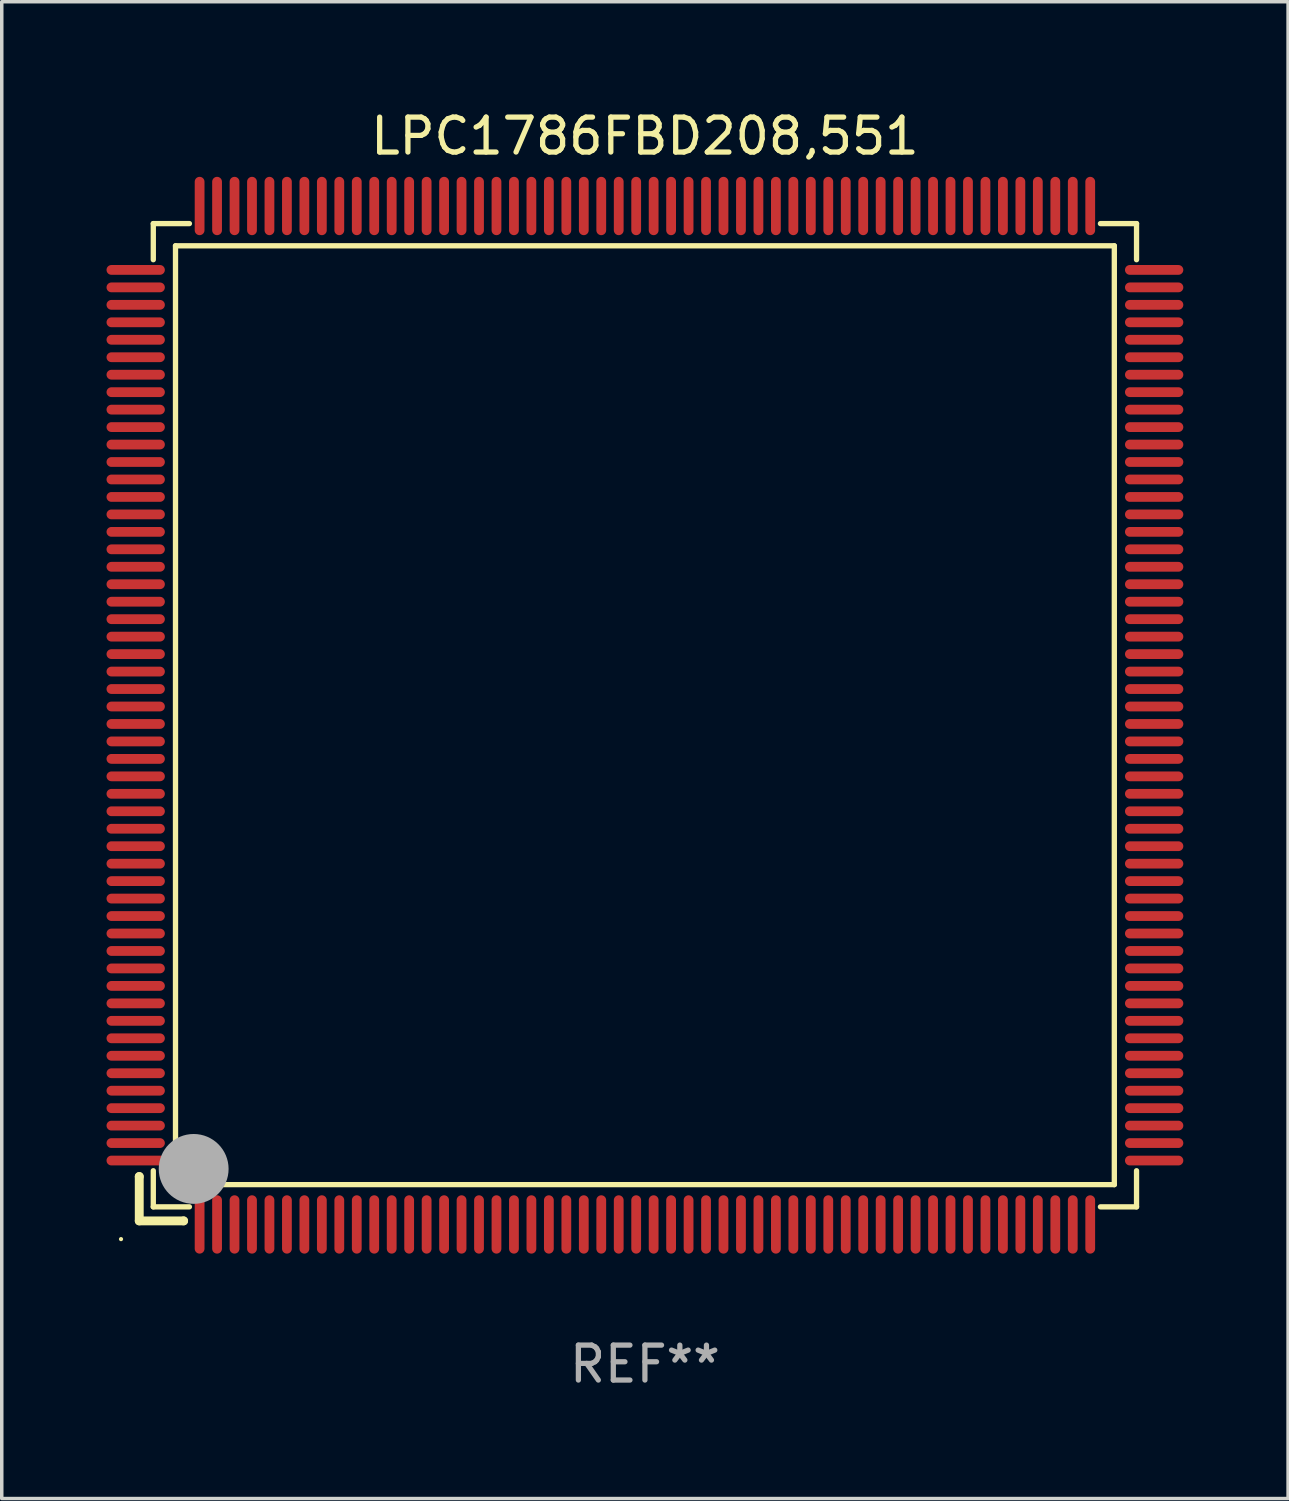
<source format=kicad_pcb>
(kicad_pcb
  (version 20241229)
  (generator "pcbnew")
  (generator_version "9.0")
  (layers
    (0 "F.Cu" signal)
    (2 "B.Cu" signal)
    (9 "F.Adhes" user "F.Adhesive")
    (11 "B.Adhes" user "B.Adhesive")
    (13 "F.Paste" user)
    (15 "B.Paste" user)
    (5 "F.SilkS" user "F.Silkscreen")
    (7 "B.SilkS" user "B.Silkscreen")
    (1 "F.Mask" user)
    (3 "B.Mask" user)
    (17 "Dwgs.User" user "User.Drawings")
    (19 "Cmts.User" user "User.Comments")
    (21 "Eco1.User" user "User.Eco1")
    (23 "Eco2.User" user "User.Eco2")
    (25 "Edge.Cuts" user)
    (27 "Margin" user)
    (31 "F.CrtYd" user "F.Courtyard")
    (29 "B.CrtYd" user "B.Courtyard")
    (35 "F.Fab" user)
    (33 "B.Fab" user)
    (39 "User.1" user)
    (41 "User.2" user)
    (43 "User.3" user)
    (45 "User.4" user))
  (footprint "LPC1786FBD208,551"
    (layer "F.Cu")
    (at 15.415 17.428)
    (property "Reference" "LPC1786FBD208,551" (at 0 -16.58 0) (layer "F.SilkS") (effects (font (size 1 1) (thickness 0.15))))
    (attr through_hole)
    (fp_line (start -14.478 13.208) (end -14.478 13.208) (stroke (width 0.254) (type solid)) (layer "F.SilkS"))
    (fp_line (start -14.478 13.208) (end -14.478 14.478) (stroke (width 0.254) (type solid)) (layer "F.SilkS"))
    (fp_line (start -14.478 14.478) (end -13.208 14.478) (stroke (width 0.254) (type solid)) (layer "F.SilkS"))
    (fp_line (start -14.076 -14.076) (end -14.076 -13.042) (stroke (width 0.152) (type solid)) (layer "F.SilkS"))
    (fp_line (start -14.076 14.076) (end -14.076 13.042) (stroke (width 0.152) (type solid)) (layer "F.SilkS"))
    (fp_line (start -13.44 -13.44) (end 13.44 -13.44) (stroke (width 0.152) (type solid)) (layer "F.SilkS"))
    (fp_line (start -13.44 13.44) (end -13.44 -13.44) (stroke (width 0.152) (type solid)) (layer "F.SilkS"))
    (fp_line (start -13.208 14.478) (end -13.208 14.478) (stroke (width 0.254) (type solid)) (layer "F.SilkS"))
    (fp_line (start -13.042 -14.076) (end -14.076 -14.076) (stroke (width 0.152) (type solid)) (layer "F.SilkS"))
    (fp_line (start -13.042 14.076) (end -14.076 14.076) (stroke (width 0.152) (type solid)) (layer "F.SilkS"))
    (fp_line (start 13.042 -14.076) (end 14.076 -14.076) (stroke (width 0.152) (type solid)) (layer "F.SilkS"))
    (fp_line (start 13.042 14.076) (end 14.076 14.076) (stroke (width 0.152) (type solid)) (layer "F.SilkS"))
    (fp_line (start 13.44 -13.44) (end 13.44 13.44) (stroke (width 0.152) (type solid)) (layer "F.SilkS"))
    (fp_line (start 13.44 13.44) (end -13.44 13.44) (stroke (width 0.152) (type solid)) (layer "F.SilkS"))
    (fp_line (start 14.076 -14.076) (end 14.076 -13.042) (stroke (width 0.152) (type solid)) (layer "F.SilkS"))
    (fp_line (start 14.076 14.076) (end 14.076 13.042) (stroke (width 0.152) (type solid)) (layer "F.SilkS"))
    (fp_circle (center -15 15) (end -14.97 15) (stroke (width 0.06) (type solid)) (fill no) (layer "F.SilkS"))
    (fp_circle (center -13.138 13.138) (end -13.063 13.138) (stroke (width 0.15) (type solid)) (fill no) (layer "F.SilkS"))
    (fp_circle (center -12.92 12.99) (end -12.42 12.99) (stroke (width 1) (type solid)) (fill no) (layer "F.Fab"))
    (fp_text user "REF**" (at 0 18.58 0) (layer "F.Fab") (effects (font (size 1 1) (thickness 0.15))))
    (pad "1" smd oval (at -12.75 14.58) (size 0.28 1.67) (layers "F.Cu" "F.Mask" "F.Paste"))
    (pad "2" smd oval (at -12.25 14.58) (size 0.28 1.67) (layers "F.Cu" "F.Mask" "F.Paste"))
    (pad "3" smd oval (at -11.75 14.58) (size 0.28 1.67) (layers "F.Cu" "F.Mask" "F.Paste"))
    (pad "4" smd oval (at -11.25 14.58) (size 0.28 1.67) (layers "F.Cu" "F.Mask" "F.Paste"))
    (pad "5" smd oval (at -10.75 14.58) (size 0.28 1.67) (layers "F.Cu" "F.Mask" "F.Paste"))
    (pad "6" smd oval (at -10.25 14.58) (size 0.28 1.67) (layers "F.Cu" "F.Mask" "F.Paste"))
    (pad "7" smd oval (at -9.75 14.58) (size 0.28 1.67) (layers "F.Cu" "F.Mask" "F.Paste"))
    (pad "8" smd oval (at -9.25 14.58) (size 0.28 1.67) (layers "F.Cu" "F.Mask" "F.Paste"))
    (pad "9" smd oval (at -8.75 14.58) (size 0.28 1.67) (layers "F.Cu" "F.Mask" "F.Paste"))
    (pad "10" smd oval (at -8.25 14.58) (size 0.28 1.67) (layers "F.Cu" "F.Mask" "F.Paste"))
    (pad "11" smd oval (at -7.75 14.58) (size 0.28 1.67) (layers "F.Cu" "F.Mask" "F.Paste"))
    (pad "12" smd oval (at -7.25 14.58) (size 0.28 1.67) (layers "F.Cu" "F.Mask" "F.Paste"))
    (pad "13" smd oval (at -6.75 14.58) (size 0.28 1.67) (layers "F.Cu" "F.Mask" "F.Paste"))
    (pad "14" smd oval (at -6.25 14.58) (size 0.28 1.67) (layers "F.Cu" "F.Mask" "F.Paste"))
    (pad "15" smd oval (at -5.75 14.58) (size 0.28 1.67) (layers "F.Cu" "F.Mask" "F.Paste"))
    (pad "16" smd oval (at -5.25 14.58) (size 0.28 1.67) (layers "F.Cu" "F.Mask" "F.Paste"))
    (pad "17" smd oval (at -4.75 14.58) (size 0.28 1.67) (layers "F.Cu" "F.Mask" "F.Paste"))
    (pad "18" smd oval (at -4.25 14.58) (size 0.28 1.67) (layers "F.Cu" "F.Mask" "F.Paste"))
    (pad "19" smd oval (at -3.75 14.58) (size 0.28 1.67) (layers "F.Cu" "F.Mask" "F.Paste"))
    (pad "20" smd oval (at -3.25 14.58) (size 0.28 1.67) (layers "F.Cu" "F.Mask" "F.Paste"))
    (pad "21" smd oval (at -2.75 14.58) (size 0.28 1.67) (layers "F.Cu" "F.Mask" "F.Paste"))
    (pad "22" smd oval (at -2.25 14.58) (size 0.28 1.67) (layers "F.Cu" "F.Mask" "F.Paste"))
    (pad "23" smd oval (at -1.75 14.58) (size 0.28 1.67) (layers "F.Cu" "F.Mask" "F.Paste"))
    (pad "24" smd oval (at -1.25 14.58) (size 0.28 1.67) (layers "F.Cu" "F.Mask" "F.Paste"))
    (pad "25" smd oval (at -0.75 14.58) (size 0.28 1.67) (layers "F.Cu" "F.Mask" "F.Paste"))
    (pad "26" smd oval (at -0.25 14.58) (size 0.28 1.67) (layers "F.Cu" "F.Mask" "F.Paste"))
    (pad "27" smd oval (at 0.25 14.58) (size 0.28 1.67) (layers "F.Cu" "F.Mask" "F.Paste"))
    (pad "28" smd oval (at 0.75 14.58) (size 0.28 1.67) (layers "F.Cu" "F.Mask" "F.Paste"))
    (pad "29" smd oval (at 1.25 14.58) (size 0.28 1.67) (layers "F.Cu" "F.Mask" "F.Paste"))
    (pad "30" smd oval (at 1.75 14.58) (size 0.28 1.67) (layers "F.Cu" "F.Mask" "F.Paste"))
    (pad "31" smd oval (at 2.25 14.58) (size 0.28 1.67) (layers "F.Cu" "F.Mask" "F.Paste"))
    (pad "32" smd oval (at 2.75 14.58) (size 0.28 1.67) (layers "F.Cu" "F.Mask" "F.Paste"))
    (pad "33" smd oval (at 3.25 14.58) (size 0.28 1.67) (layers "F.Cu" "F.Mask" "F.Paste"))
    (pad "34" smd oval (at 3.75 14.58) (size 0.28 1.67) (layers "F.Cu" "F.Mask" "F.Paste"))
    (pad "35" smd oval (at 4.25 14.58) (size 0.28 1.67) (layers "F.Cu" "F.Mask" "F.Paste"))
    (pad "36" smd oval (at 4.75 14.58) (size 0.28 1.67) (layers "F.Cu" "F.Mask" "F.Paste"))
    (pad "37" smd oval (at 5.25 14.58) (size 0.28 1.67) (layers "F.Cu" "F.Mask" "F.Paste"))
    (pad "38" smd oval (at 5.75 14.58) (size 0.28 1.67) (layers "F.Cu" "F.Mask" "F.Paste"))
    (pad "39" smd oval (at 6.25 14.58) (size 0.28 1.67) (layers "F.Cu" "F.Mask" "F.Paste"))
    (pad "40" smd oval (at 6.75 14.58) (size 0.28 1.67) (layers "F.Cu" "F.Mask" "F.Paste"))
    (pad "41" smd oval (at 7.25 14.58) (size 0.28 1.67) (layers "F.Cu" "F.Mask" "F.Paste"))
    (pad "42" smd oval (at 7.75 14.58) (size 0.28 1.67) (layers "F.Cu" "F.Mask" "F.Paste"))
    (pad "43" smd oval (at 8.25 14.58) (size 0.28 1.67) (layers "F.Cu" "F.Mask" "F.Paste"))
    (pad "44" smd oval (at 8.75 14.58) (size 0.28 1.67) (layers "F.Cu" "F.Mask" "F.Paste"))
    (pad "45" smd oval (at 9.25 14.58) (size 0.28 1.67) (layers "F.Cu" "F.Mask" "F.Paste"))
    (pad "46" smd oval (at 9.75 14.58) (size 0.28 1.67) (layers "F.Cu" "F.Mask" "F.Paste"))
    (pad "47" smd oval (at 10.25 14.58) (size 0.28 1.67) (layers "F.Cu" "F.Mask" "F.Paste"))
    (pad "48" smd oval (at 10.75 14.58) (size 0.28 1.67) (layers "F.Cu" "F.Mask" "F.Paste"))
    (pad "49" smd oval (at 11.25 14.58) (size 0.28 1.67) (layers "F.Cu" "F.Mask" "F.Paste"))
    (pad "50" smd oval (at 11.75 14.58) (size 0.28 1.67) (layers "F.Cu" "F.Mask" "F.Paste"))
    (pad "51" smd oval (at 12.25 14.58) (size 0.28 1.67) (layers "F.Cu" "F.Mask" "F.Paste"))
    (pad "52" smd oval (at 12.75 14.58) (size 0.28 1.67) (layers "F.Cu" "F.Mask" "F.Paste"))
    (pad "53" smd oval (at 14.58 12.75) (size 1.67 0.28) (layers "F.Cu" "F.Mask" "F.Paste"))
    (pad "54" smd oval (at 14.58 12.25) (size 1.67 0.28) (layers "F.Cu" "F.Mask" "F.Paste"))
    (pad "55" smd oval (at 14.58 11.75) (size 1.67 0.28) (layers "F.Cu" "F.Mask" "F.Paste"))
    (pad "56" smd oval (at 14.58 11.25) (size 1.67 0.28) (layers "F.Cu" "F.Mask" "F.Paste"))
    (pad "57" smd oval (at 14.58 10.75) (size 1.67 0.28) (layers "F.Cu" "F.Mask" "F.Paste"))
    (pad "58" smd oval (at 14.58 10.25) (size 1.67 0.28) (layers "F.Cu" "F.Mask" "F.Paste"))
    (pad "59" smd oval (at 14.58 9.75) (size 1.67 0.28) (layers "F.Cu" "F.Mask" "F.Paste"))
    (pad "60" smd oval (at 14.58 9.25) (size 1.67 0.28) (layers "F.Cu" "F.Mask" "F.Paste"))
    (pad "61" smd oval (at 14.58 8.75) (size 1.67 0.28) (layers "F.Cu" "F.Mask" "F.Paste"))
    (pad "62" smd oval (at 14.58 8.25) (size 1.67 0.28) (layers "F.Cu" "F.Mask" "F.Paste"))
    (pad "63" smd oval (at 14.58 7.75) (size 1.67 0.28) (layers "F.Cu" "F.Mask" "F.Paste"))
    (pad "64" smd oval (at 14.58 7.25) (size 1.67 0.28) (layers "F.Cu" "F.Mask" "F.Paste"))
    (pad "65" smd oval (at 14.58 6.75) (size 1.67 0.28) (layers "F.Cu" "F.Mask" "F.Paste"))
    (pad "66" smd oval (at 14.58 6.25) (size 1.67 0.28) (layers "F.Cu" "F.Mask" "F.Paste"))
    (pad "67" smd oval (at 14.58 5.75) (size 1.67 0.28) (layers "F.Cu" "F.Mask" "F.Paste"))
    (pad "68" smd oval (at 14.58 5.25) (size 1.67 0.28) (layers "F.Cu" "F.Mask" "F.Paste"))
    (pad "69" smd oval (at 14.58 4.75) (size 1.67 0.28) (layers "F.Cu" "F.Mask" "F.Paste"))
    (pad "70" smd oval (at 14.58 4.25) (size 1.67 0.28) (layers "F.Cu" "F.Mask" "F.Paste"))
    (pad "71" smd oval (at 14.58 3.75) (size 1.67 0.28) (layers "F.Cu" "F.Mask" "F.Paste"))
    (pad "72" smd oval (at 14.58 3.25) (size 1.67 0.28) (layers "F.Cu" "F.Mask" "F.Paste"))
    (pad "73" smd oval (at 14.58 2.75) (size 1.67 0.28) (layers "F.Cu" "F.Mask" "F.Paste"))
    (pad "74" smd oval (at 14.58 2.25) (size 1.67 0.28) (layers "F.Cu" "F.Mask" "F.Paste"))
    (pad "75" smd oval (at 14.58 1.75) (size 1.67 0.28) (layers "F.Cu" "F.Mask" "F.Paste"))
    (pad "76" smd oval (at 14.58 1.25) (size 1.67 0.28) (layers "F.Cu" "F.Mask" "F.Paste"))
    (pad "77" smd oval (at 14.58 0.75) (size 1.67 0.28) (layers "F.Cu" "F.Mask" "F.Paste"))
    (pad "78" smd oval (at 14.58 0.25) (size 1.67 0.28) (layers "F.Cu" "F.Mask" "F.Paste"))
    (pad "79" smd oval (at 14.58 -0.25) (size 1.67 0.28) (layers "F.Cu" "F.Mask" "F.Paste"))
    (pad "80" smd oval (at 14.58 -0.75) (size 1.67 0.28) (layers "F.Cu" "F.Mask" "F.Paste"))
    (pad "81" smd oval (at 14.58 -1.25) (size 1.67 0.28) (layers "F.Cu" "F.Mask" "F.Paste"))
    (pad "82" smd oval (at 14.58 -1.75) (size 1.67 0.28) (layers "F.Cu" "F.Mask" "F.Paste"))
    (pad "83" smd oval (at 14.58 -2.25) (size 1.67 0.28) (layers "F.Cu" "F.Mask" "F.Paste"))
    (pad "84" smd oval (at 14.58 -2.75) (size 1.67 0.28) (layers "F.Cu" "F.Mask" "F.Paste"))
    (pad "85" smd oval (at 14.58 -3.25) (size 1.67 0.28) (layers "F.Cu" "F.Mask" "F.Paste"))
    (pad "86" smd oval (at 14.58 -3.75) (size 1.67 0.28) (layers "F.Cu" "F.Mask" "F.Paste"))
    (pad "87" smd oval (at 14.58 -4.25) (size 1.67 0.28) (layers "F.Cu" "F.Mask" "F.Paste"))
    (pad "88" smd oval (at 14.58 -4.75) (size 1.67 0.28) (layers "F.Cu" "F.Mask" "F.Paste"))
    (pad "89" smd oval (at 14.58 -5.25) (size 1.67 0.28) (layers "F.Cu" "F.Mask" "F.Paste"))
    (pad "90" smd oval (at 14.58 -5.75) (size 1.67 0.28) (layers "F.Cu" "F.Mask" "F.Paste"))
    (pad "91" smd oval (at 14.58 -6.25) (size 1.67 0.28) (layers "F.Cu" "F.Mask" "F.Paste"))
    (pad "92" smd oval (at 14.58 -6.75) (size 1.67 0.28) (layers "F.Cu" "F.Mask" "F.Paste"))
    (pad "93" smd oval (at 14.58 -7.25) (size 1.67 0.28) (layers "F.Cu" "F.Mask" "F.Paste"))
    (pad "94" smd oval (at 14.58 -7.75) (size 1.67 0.28) (layers "F.Cu" "F.Mask" "F.Paste"))
    (pad "95" smd oval (at 14.58 -8.25) (size 1.67 0.28) (layers "F.Cu" "F.Mask" "F.Paste"))
    (pad "96" smd oval (at 14.58 -8.75) (size 1.67 0.28) (layers "F.Cu" "F.Mask" "F.Paste"))
    (pad "97" smd oval (at 14.58 -9.25) (size 1.67 0.28) (layers "F.Cu" "F.Mask" "F.Paste"))
    (pad "98" smd oval (at 14.58 -9.75) (size 1.67 0.28) (layers "F.Cu" "F.Mask" "F.Paste"))
    (pad "99" smd oval (at 14.58 -10.25) (size 1.67 0.28) (layers "F.Cu" "F.Mask" "F.Paste"))
    (pad "100" smd oval (at 14.58 -10.75) (size 1.67 0.28) (layers "F.Cu" "F.Mask" "F.Paste"))
    (pad "101" smd oval (at 14.58 -11.25) (size 1.67 0.28) (layers "F.Cu" "F.Mask" "F.Paste"))
    (pad "102" smd oval (at 14.58 -11.75) (size 1.67 0.28) (layers "F.Cu" "F.Mask" "F.Paste"))
    (pad "103" smd oval (at 14.58 -12.25) (size 1.67 0.28) (layers "F.Cu" "F.Mask" "F.Paste"))
    (pad "104" smd oval (at 14.58 -12.75) (size 1.67 0.28) (layers "F.Cu" "F.Mask" "F.Paste"))
    (pad "105" smd oval (at 12.75 -14.58) (size 0.28 1.67) (layers "F.Cu" "F.Mask" "F.Paste"))
    (pad "106" smd oval (at 12.25 -14.58) (size 0.28 1.67) (layers "F.Cu" "F.Mask" "F.Paste"))
    (pad "107" smd oval (at 11.75 -14.58) (size 0.28 1.67) (layers "F.Cu" "F.Mask" "F.Paste"))
    (pad "108" smd oval (at 11.25 -14.58) (size 0.28 1.67) (layers "F.Cu" "F.Mask" "F.Paste"))
    (pad "109" smd oval (at 10.75 -14.58) (size 0.28 1.67) (layers "F.Cu" "F.Mask" "F.Paste"))
    (pad "110" smd oval (at 10.25 -14.58) (size 0.28 1.67) (layers "F.Cu" "F.Mask" "F.Paste"))
    (pad "111" smd oval (at 9.75 -14.58) (size 0.28 1.67) (layers "F.Cu" "F.Mask" "F.Paste"))
    (pad "112" smd oval (at 9.25 -14.58) (size 0.28 1.67) (layers "F.Cu" "F.Mask" "F.Paste"))
    (pad "113" smd oval (at 8.75 -14.58) (size 0.28 1.67) (layers "F.Cu" "F.Mask" "F.Paste"))
    (pad "114" smd oval (at 8.25 -14.58) (size 0.28 1.67) (layers "F.Cu" "F.Mask" "F.Paste"))
    (pad "115" smd oval (at 7.75 -14.58) (size 0.28 1.67) (layers "F.Cu" "F.Mask" "F.Paste"))
    (pad "116" smd oval (at 7.25 -14.58) (size 0.28 1.67) (layers "F.Cu" "F.Mask" "F.Paste"))
    (pad "117" smd oval (at 6.75 -14.58) (size 0.28 1.67) (layers "F.Cu" "F.Mask" "F.Paste"))
    (pad "118" smd oval (at 6.25 -14.58) (size 0.28 1.67) (layers "F.Cu" "F.Mask" "F.Paste"))
    (pad "119" smd oval (at 5.75 -14.58) (size 0.28 1.67) (layers "F.Cu" "F.Mask" "F.Paste"))
    (pad "120" smd oval (at 5.25 -14.58) (size 0.28 1.67) (layers "F.Cu" "F.Mask" "F.Paste"))
    (pad "121" smd oval (at 4.75 -14.58) (size 0.28 1.67) (layers "F.Cu" "F.Mask" "F.Paste"))
    (pad "122" smd oval (at 4.25 -14.58) (size 0.28 1.67) (layers "F.Cu" "F.Mask" "F.Paste"))
    (pad "123" smd oval (at 3.75 -14.58) (size 0.28 1.67) (layers "F.Cu" "F.Mask" "F.Paste"))
    (pad "124" smd oval (at 3.25 -14.58) (size 0.28 1.67) (layers "F.Cu" "F.Mask" "F.Paste"))
    (pad "125" smd oval (at 2.75 -14.58) (size 0.28 1.67) (layers "F.Cu" "F.Mask" "F.Paste"))
    (pad "126" smd oval (at 2.25 -14.58) (size 0.28 1.67) (layers "F.Cu" "F.Mask" "F.Paste"))
    (pad "127" smd oval (at 1.75 -14.58) (size 0.28 1.67) (layers "F.Cu" "F.Mask" "F.Paste"))
    (pad "128" smd oval (at 1.25 -14.58) (size 0.28 1.67) (layers "F.Cu" "F.Mask" "F.Paste"))
    (pad "129" smd oval (at 0.75 -14.58) (size 0.28 1.67) (layers "F.Cu" "F.Mask" "F.Paste"))
    (pad "130" smd oval (at 0.25 -14.58) (size 0.28 1.67) (layers "F.Cu" "F.Mask" "F.Paste"))
    (pad "131" smd oval (at -0.25 -14.58) (size 0.28 1.67) (layers "F.Cu" "F.Mask" "F.Paste"))
    (pad "132" smd oval (at -0.75 -14.58) (size 0.28 1.67) (layers "F.Cu" "F.Mask" "F.Paste"))
    (pad "133" smd oval (at -1.25 -14.58) (size 0.28 1.67) (layers "F.Cu" "F.Mask" "F.Paste"))
    (pad "134" smd oval (at -1.75 -14.58) (size 0.28 1.67) (layers "F.Cu" "F.Mask" "F.Paste"))
    (pad "135" smd oval (at -2.25 -14.58) (size 0.28 1.67) (layers "F.Cu" "F.Mask" "F.Paste"))
    (pad "136" smd oval (at -2.75 -14.58) (size 0.28 1.67) (layers "F.Cu" "F.Mask" "F.Paste"))
    (pad "137" smd oval (at -3.25 -14.58) (size 0.28 1.67) (layers "F.Cu" "F.Mask" "F.Paste"))
    (pad "138" smd oval (at -3.75 -14.58) (size 0.28 1.67) (layers "F.Cu" "F.Mask" "F.Paste"))
    (pad "139" smd oval (at -4.25 -14.58) (size 0.28 1.67) (layers "F.Cu" "F.Mask" "F.Paste"))
    (pad "140" smd oval (at -4.75 -14.58) (size 0.28 1.67) (layers "F.Cu" "F.Mask" "F.Paste"))
    (pad "141" smd oval (at -5.25 -14.58) (size 0.28 1.67) (layers "F.Cu" "F.Mask" "F.Paste"))
    (pad "142" smd oval (at -5.75 -14.58) (size 0.28 1.67) (layers "F.Cu" "F.Mask" "F.Paste"))
    (pad "143" smd oval (at -6.25 -14.58) (size 0.28 1.67) (layers "F.Cu" "F.Mask" "F.Paste"))
    (pad "144" smd oval (at -6.75 -14.58) (size 0.28 1.67) (layers "F.Cu" "F.Mask" "F.Paste"))
    (pad "145" smd oval (at -7.25 -14.58) (size 0.28 1.67) (layers "F.Cu" "F.Mask" "F.Paste"))
    (pad "146" smd oval (at -7.75 -14.58) (size 0.28 1.67) (layers "F.Cu" "F.Mask" "F.Paste"))
    (pad "147" smd oval (at -8.25 -14.58) (size 0.28 1.67) (layers "F.Cu" "F.Mask" "F.Paste"))
    (pad "148" smd oval (at -8.75 -14.58) (size 0.28 1.67) (layers "F.Cu" "F.Mask" "F.Paste"))
    (pad "149" smd oval (at -9.25 -14.58) (size 0.28 1.67) (layers "F.Cu" "F.Mask" "F.Paste"))
    (pad "150" smd oval (at -9.75 -14.58) (size 0.28 1.67) (layers "F.Cu" "F.Mask" "F.Paste"))
    (pad "151" smd oval (at -10.25 -14.58) (size 0.28 1.67) (layers "F.Cu" "F.Mask" "F.Paste"))
    (pad "152" smd oval (at -10.75 -14.58) (size 0.28 1.67) (layers "F.Cu" "F.Mask" "F.Paste"))
    (pad "153" smd oval (at -11.25 -14.58) (size 0.28 1.67) (layers "F.Cu" "F.Mask" "F.Paste"))
    (pad "154" smd oval (at -11.75 -14.58) (size 0.28 1.67) (layers "F.Cu" "F.Mask" "F.Paste"))
    (pad "155" smd oval (at -12.25 -14.58) (size 0.28 1.67) (layers "F.Cu" "F.Mask" "F.Paste"))
    (pad "156" smd oval (at -12.75 -14.58) (size 0.28 1.67) (layers "F.Cu" "F.Mask" "F.Paste"))
    (pad "157" smd oval (at -14.58 -12.75) (size 1.67 0.28) (layers "F.Cu" "F.Mask" "F.Paste"))
    (pad "158" smd oval (at -14.58 -12.25) (size 1.67 0.28) (layers "F.Cu" "F.Mask" "F.Paste"))
    (pad "159" smd oval (at -14.58 -11.75) (size 1.67 0.28) (layers "F.Cu" "F.Mask" "F.Paste"))
    (pad "160" smd oval (at -14.58 -11.25) (size 1.67 0.28) (layers "F.Cu" "F.Mask" "F.Paste"))
    (pad "161" smd oval (at -14.58 -10.75) (size 1.67 0.28) (layers "F.Cu" "F.Mask" "F.Paste"))
    (pad "162" smd oval (at -14.58 -10.25) (size 1.67 0.28) (layers "F.Cu" "F.Mask" "F.Paste"))
    (pad "163" smd oval (at -14.58 -9.75) (size 1.67 0.28) (layers "F.Cu" "F.Mask" "F.Paste"))
    (pad "164" smd oval (at -14.58 -9.25) (size 1.67 0.28) (layers "F.Cu" "F.Mask" "F.Paste"))
    (pad "165" smd oval (at -14.58 -8.75) (size 1.67 0.28) (layers "F.Cu" "F.Mask" "F.Paste"))
    (pad "166" smd oval (at -14.58 -8.25) (size 1.67 0.28) (layers "F.Cu" "F.Mask" "F.Paste"))
    (pad "167" smd oval (at -14.58 -7.75) (size 1.67 0.28) (layers "F.Cu" "F.Mask" "F.Paste"))
    (pad "168" smd oval (at -14.58 -7.25) (size 1.67 0.28) (layers "F.Cu" "F.Mask" "F.Paste"))
    (pad "169" smd oval (at -14.58 -6.75) (size 1.67 0.28) (layers "F.Cu" "F.Mask" "F.Paste"))
    (pad "170" smd oval (at -14.58 -6.25) (size 1.67 0.28) (layers "F.Cu" "F.Mask" "F.Paste"))
    (pad "171" smd oval (at -14.58 -5.75) (size 1.67 0.28) (layers "F.Cu" "F.Mask" "F.Paste"))
    (pad "172" smd oval (at -14.58 -5.25) (size 1.67 0.28) (layers "F.Cu" "F.Mask" "F.Paste"))
    (pad "173" smd oval (at -14.58 -4.75) (size 1.67 0.28) (layers "F.Cu" "F.Mask" "F.Paste"))
    (pad "174" smd oval (at -14.58 -4.25) (size 1.67 0.28) (layers "F.Cu" "F.Mask" "F.Paste"))
    (pad "175" smd oval (at -14.58 -3.75) (size 1.67 0.28) (layers "F.Cu" "F.Mask" "F.Paste"))
    (pad "176" smd oval (at -14.58 -3.25) (size 1.67 0.28) (layers "F.Cu" "F.Mask" "F.Paste"))
    (pad "177" smd oval (at -14.58 -2.75) (size 1.67 0.28) (layers "F.Cu" "F.Mask" "F.Paste"))
    (pad "178" smd oval (at -14.58 -2.25) (size 1.67 0.28) (layers "F.Cu" "F.Mask" "F.Paste"))
    (pad "179" smd oval (at -14.58 -1.75) (size 1.67 0.28) (layers "F.Cu" "F.Mask" "F.Paste"))
    (pad "180" smd oval (at -14.58 -1.25) (size 1.67 0.28) (layers "F.Cu" "F.Mask" "F.Paste"))
    (pad "181" smd oval (at -14.58 -0.75) (size 1.67 0.28) (layers "F.Cu" "F.Mask" "F.Paste"))
    (pad "182" smd oval (at -14.58 -0.25) (size 1.67 0.28) (layers "F.Cu" "F.Mask" "F.Paste"))
    (pad "183" smd oval (at -14.58 0.25) (size 1.67 0.28) (layers "F.Cu" "F.Mask" "F.Paste"))
    (pad "184" smd oval (at -14.58 0.75) (size 1.67 0.28) (layers "F.Cu" "F.Mask" "F.Paste"))
    (pad "185" smd oval (at -14.58 1.25) (size 1.67 0.28) (layers "F.Cu" "F.Mask" "F.Paste"))
    (pad "186" smd oval (at -14.58 1.75) (size 1.67 0.28) (layers "F.Cu" "F.Mask" "F.Paste"))
    (pad "187" smd oval (at -14.58 2.25) (size 1.67 0.28) (layers "F.Cu" "F.Mask" "F.Paste"))
    (pad "188" smd oval (at -14.58 2.75) (size 1.67 0.28) (layers "F.Cu" "F.Mask" "F.Paste"))
    (pad "189" smd oval (at -14.58 3.25) (size 1.67 0.28) (layers "F.Cu" "F.Mask" "F.Paste"))
    (pad "190" smd oval (at -14.58 3.75) (size 1.67 0.28) (layers "F.Cu" "F.Mask" "F.Paste"))
    (pad "191" smd oval (at -14.58 4.25) (size 1.67 0.28) (layers "F.Cu" "F.Mask" "F.Paste"))
    (pad "192" smd oval (at -14.58 4.75) (size 1.67 0.28) (layers "F.Cu" "F.Mask" "F.Paste"))
    (pad "193" smd oval (at -14.58 5.25) (size 1.67 0.28) (layers "F.Cu" "F.Mask" "F.Paste"))
    (pad "194" smd oval (at -14.58 5.75) (size 1.67 0.28) (layers "F.Cu" "F.Mask" "F.Paste"))
    (pad "195" smd oval (at -14.58 6.25) (size 1.67 0.28) (layers "F.Cu" "F.Mask" "F.Paste"))
    (pad "196" smd oval (at -14.58 6.75) (size 1.67 0.28) (layers "F.Cu" "F.Mask" "F.Paste"))
    (pad "197" smd oval (at -14.58 7.25) (size 1.67 0.28) (layers "F.Cu" "F.Mask" "F.Paste"))
    (pad "198" smd oval (at -14.58 7.75) (size 1.67 0.28) (layers "F.Cu" "F.Mask" "F.Paste"))
    (pad "199" smd oval (at -14.58 8.25) (size 1.67 0.28) (layers "F.Cu" "F.Mask" "F.Paste"))
    (pad "200" smd oval (at -14.58 8.75) (size 1.67 0.28) (layers "F.Cu" "F.Mask" "F.Paste"))
    (pad "201" smd oval (at -14.58 9.25) (size 1.67 0.28) (layers "F.Cu" "F.Mask" "F.Paste"))
    (pad "202" smd oval (at -14.58 9.75) (size 1.67 0.28) (layers "F.Cu" "F.Mask" "F.Paste"))
    (pad "203" smd oval (at -14.58 10.25) (size 1.67 0.28) (layers "F.Cu" "F.Mask" "F.Paste"))
    (pad "204" smd oval (at -14.58 10.75) (size 1.67 0.28) (layers "F.Cu" "F.Mask" "F.Paste"))
    (pad "205" smd oval (at -14.58 11.25) (size 1.67 0.28) (layers "F.Cu" "F.Mask" "F.Paste"))
    (pad "206" smd oval (at -14.58 11.75) (size 1.67 0.28) (layers "F.Cu" "F.Mask" "F.Paste"))
    (pad "207" smd oval (at -14.58 12.25) (size 1.67 0.28) (layers "F.Cu" "F.Mask" "F.Paste"))
    (pad "208" smd oval (at -14.58 12.75) (size 1.67 0.28) (layers "F.Cu" "F.Mask" "F.Paste")))
  (gr_rect
    (start -3 -3)
    (end 33.83 39.856)
    (stroke (width 0.1) (type default))
    (fill no)
    (layer "Edge.Cuts")))
</source>
